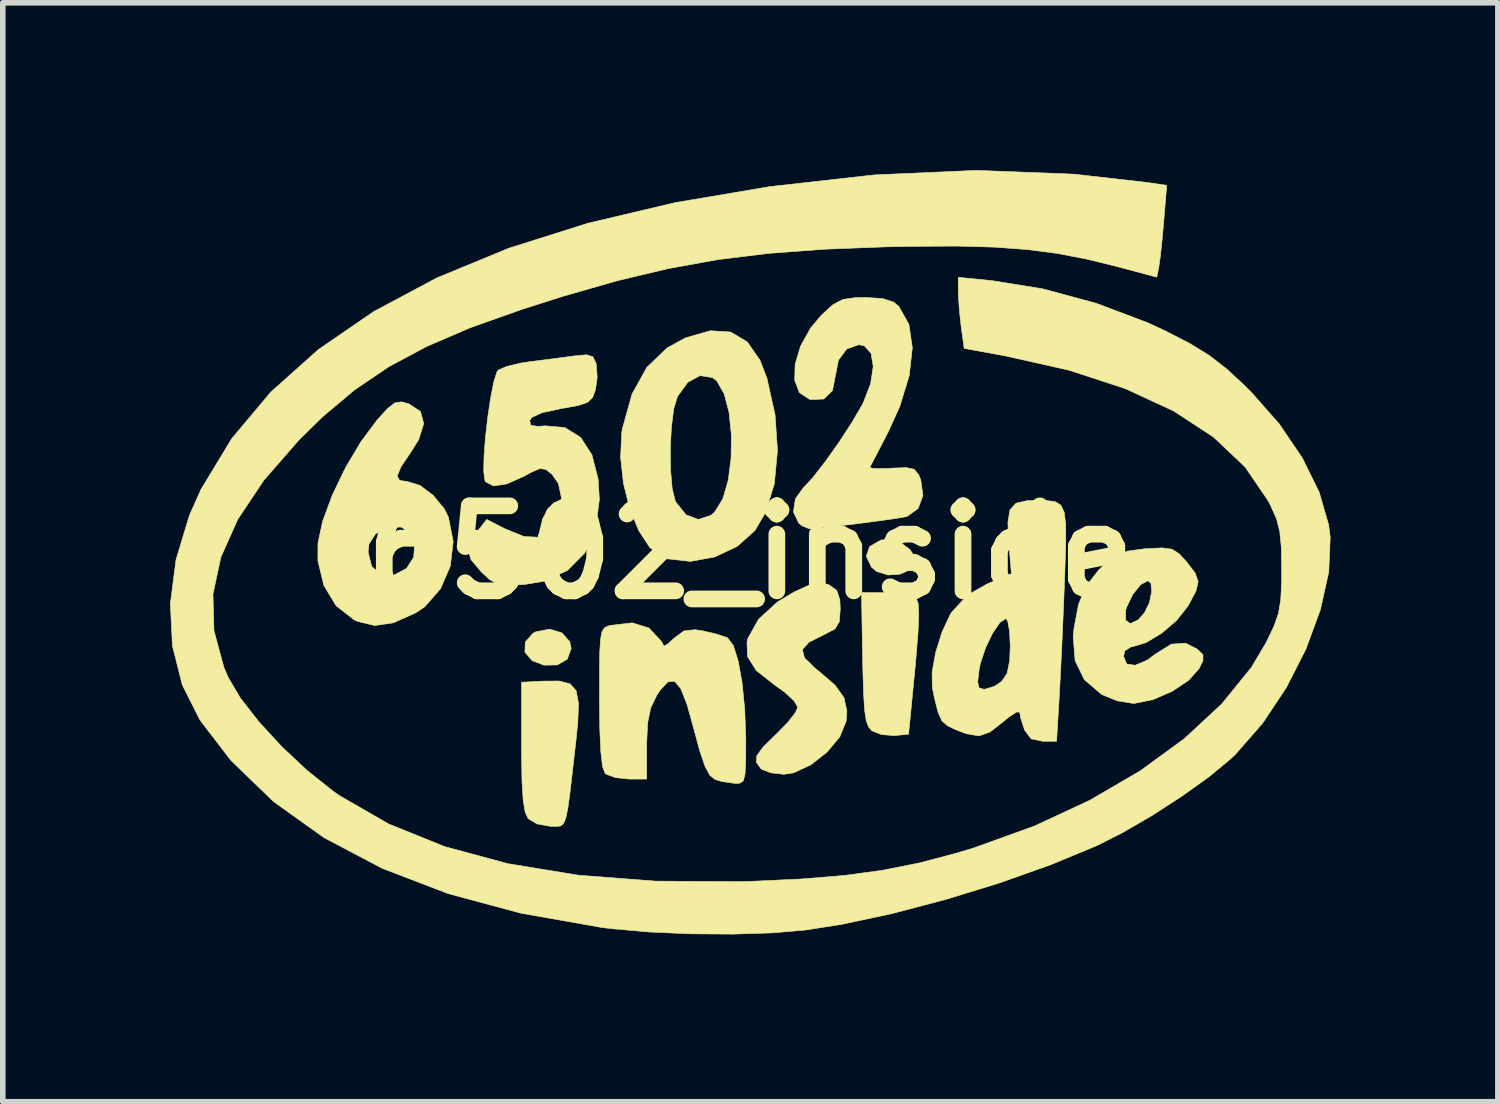
<source format=kicad_pcb>
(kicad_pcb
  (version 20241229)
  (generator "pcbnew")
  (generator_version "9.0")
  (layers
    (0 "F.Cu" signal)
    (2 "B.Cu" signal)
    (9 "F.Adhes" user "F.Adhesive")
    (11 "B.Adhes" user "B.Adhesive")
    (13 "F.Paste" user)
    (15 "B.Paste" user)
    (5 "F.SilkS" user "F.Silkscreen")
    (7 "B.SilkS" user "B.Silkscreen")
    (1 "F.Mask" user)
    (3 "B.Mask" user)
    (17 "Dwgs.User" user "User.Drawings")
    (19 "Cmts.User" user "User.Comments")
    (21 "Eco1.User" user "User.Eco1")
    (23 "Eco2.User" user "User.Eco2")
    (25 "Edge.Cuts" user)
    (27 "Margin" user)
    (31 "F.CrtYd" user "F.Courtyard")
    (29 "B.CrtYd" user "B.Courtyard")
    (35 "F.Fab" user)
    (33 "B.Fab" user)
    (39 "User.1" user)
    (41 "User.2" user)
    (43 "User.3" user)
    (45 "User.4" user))
  (footprint "6502_inside"
    (layer "F.Cu")
    (at 10.409 6.856)
    (property "Reference" "6502_inside" (at 0 0 0) (layer "F.SilkS") (effects (font (size 1.524 1.524) (thickness 0.3))))
    (attr through_hole)
    (fp_poly (pts (xy -3.38 1.444) (xy -3.241 1.604) (xy -3.217 1.725) (xy -3.286 1.914) (xy -3.464 2.018) (xy -3.704 2.022) (xy -3.916 1.941) (xy -4.046 1.789) (xy -4.039 1.606) (xy -3.901 1.45) (xy -3.852 1.424) (xy -3.6 1.376) (xy -3.38 1.444)) (stroke (width 0.01) (type solid)) (fill yes) (layer "F.SilkS"))
    (fp_poly (pts (xy 2.629 -0.22) (xy 2.854 -0.055) (xy 2.915 0.032) (xy 2.944 0.191) (xy 2.85 0.316) (xy 2.675 0.392) (xy 2.465 0.405) (xy 2.264 0.342) (xy 2.17 0.266) (xy 2.075 0.069) (xy 2.135 -0.105) (xy 2.337 -0.221) (xy 2.351 -0.225) (xy 2.629 -0.22)) (stroke (width 0.01) (type solid)) (fill yes) (layer "F.SilkS"))
    (fp_poly (pts (xy 2.434 0.723) (xy 2.703 0.742) (xy 2.907 0.786) (xy 2.97 0.82) (xy 3.006 0.916) (xy 3.017 1.123) (xy 3.002 1.457) (xy 2.963 1.936) (xy 2.949 2.086) (xy 2.834 3.26) (xy 2.581 3.285) (xy 2.347 3.267) (xy 2.18 3.2) (xy 2.119 3.134) (xy 2.076 3.023) (xy 2.047 2.837) (xy 2.028 2.55) (xy 2.015 2.133) (xy 2.01 1.905) (xy 1.99 0.72) (xy 2.434 0.723)) (stroke (width 0.01) (type solid)) (fill yes) (layer "F.SilkS"))
    (fp_poly (pts (xy -3.238 2.356) (xy -3.127 2.481) (xy -3.085 2.707) (xy -3.098 3.059) (xy -3.129 3.359) (xy -3.191 3.906) (xy -3.238 4.308) (xy -3.276 4.587) (xy -3.313 4.765) (xy -3.354 4.864) (xy -3.407 4.906) (xy -3.478 4.914) (xy -3.574 4.911) (xy -3.593 4.911) (xy -3.829 4.869) (xy -3.99 4.771) (xy -4.042 4.656) (xy -4.077 4.444) (xy -4.098 4.111) (xy -4.106 3.638) (xy -4.106 3.48) (xy -4.106 2.328) (xy -3.725 2.308) (xy -3.433 2.306) (xy -3.238 2.356)) (stroke (width 0.01) (type solid)) (fill yes) (layer "F.SilkS"))
    (fp_poly (pts (xy 1.388 0.574) (xy 1.41 0.583) (xy 1.545 0.681) (xy 1.601 0.847) (xy 1.609 1.013) (xy 1.592 1.242) (xy 1.515 1.371) (xy 1.336 1.466) (xy 1.333 1.467) (xy 1.05 1.609) (xy 0.929 1.742) (xy 0.967 1.891) (xy 1.159 2.079) (xy 1.221 2.127) (xy 1.514 2.379) (xy 1.676 2.606) (xy 1.728 2.848) (xy 1.714 3.028) (xy 1.601 3.306) (xy 1.373 3.58) (xy 1.08 3.81) (xy 0.771 3.953) (xy 0.598 3.979) (xy 0.364 3.953) (xy 0.199 3.889) (xy 0.186 3.878) (xy 0.105 3.764) (xy 0.113 3.646) (xy 0.225 3.49) (xy 0.456 3.264) (xy 0.466 3.255) (xy 0.668 3.049) (xy 0.807 2.869) (xy 0.847 2.774) (xy 0.78 2.661) (xy 0.607 2.502) (xy 0.423 2.37) (xy 0.105 2.12) (xy -0.054 1.87) (xy -0.064 1.603) (xy -0.046 1.537) (xy 0.145 1.197) (xy 0.483 0.888) (xy 0.783 0.709) (xy 1.054 0.585) (xy 1.238 0.544) (xy 1.388 0.574)) (stroke (width 0.01) (type solid)) (fill yes) (layer "F.SilkS"))
    (fp_poly (pts (xy -6.128 -2.664) (xy -5.919 -2.526) (xy -5.86 -2.311) (xy -5.95 -2.025) (xy -6.092 -1.797) (xy -6.27 -1.532) (xy -6.336 -1.371) (xy -6.294 -1.291) (xy -6.151 -1.27) (xy -5.926 -1.2) (xy -5.689 -1.021) (xy -5.491 -0.779) (xy -5.418 -0.633) (xy -5.332 -0.196) (xy -5.384 0.247) (xy -5.559 0.651) (xy -5.841 0.974) (xy -6 1.081) (xy -6.402 1.262) (xy -6.74 1.311) (xy -7.055 1.235) (xy -7.112 1.207) (xy -7.431 0.957) (xy -7.651 0.593) (xy -7.758 0.15) (xy -7.758 -0.007) (xy -6.858 -0.007) (xy -6.794 0.251) (xy -6.631 0.398) (xy -6.41 0.416) (xy -6.172 0.288) (xy -6.166 0.283) (xy -6.04 0.086) (xy -6.025 -0.134) (xy -6.104 -0.329) (xy -6.256 -0.453) (xy -6.464 -0.459) (xy -6.465 -0.458) (xy -6.723 -0.335) (xy -6.842 -0.152) (xy -6.858 -0.007) (xy -7.758 -0.007) (xy -7.757 -0.169) (xy -7.673 -0.56) (xy -7.5 -1.027) (xy -7.263 -1.52) (xy -6.985 -1.987) (xy -6.699 -2.37) (xy -6.508 -2.581) (xy -6.377 -2.683) (xy -6.257 -2.7) (xy -6.128 -2.664)) (stroke (width 0.01) (type solid)) (fill yes) (layer "F.SilkS"))
    (fp_poly (pts (xy -0.356 -3.952) (xy -0.059 -3.775) (xy 0.171 -3.444) (xy 0.294 -3.122) (xy 0.44 -2.465) (xy 0.483 -1.824) (xy 0.427 -1.233) (xy 0.273 -0.723) (xy 0.078 -0.392) (xy -0.239 -0.108) (xy -0.643 0.082) (xy -1.079 0.161) (xy -1.493 0.115) (xy -1.581 0.084) (xy -1.806 -0.088) (xy -2.005 -0.391) (xy -2.167 -0.787) (xy -2.279 -1.238) (xy -2.33 -1.706) (xy -2.323 -1.862) (xy -1.439 -1.862) (xy -1.434 -1.477) (xy -1.405 -1.145) (xy -1.349 -0.92) (xy -1.342 -0.905) (xy -1.156 -0.673) (xy -0.937 -0.591) (xy -0.713 -0.664) (xy -0.644 -0.723) (xy -0.498 -0.957) (xy -0.4 -1.294) (xy -0.349 -1.692) (xy -0.344 -2.11) (xy -0.385 -2.507) (xy -0.472 -2.841) (xy -0.603 -3.073) (xy -0.681 -3.135) (xy -0.906 -3.17) (xy -1.126 -3.05) (xy -1.311 -2.796) (xy -1.377 -2.576) (xy -1.419 -2.247) (xy -1.439 -1.862) (xy -2.323 -1.862) (xy -2.309 -2.153) (xy -2.297 -2.222) (xy -2.126 -2.838) (xy -1.861 -3.316) (xy -1.497 -3.667) (xy -1.166 -3.848) (xy -0.723 -3.975) (xy -0.356 -3.952)) (stroke (width 0.01) (type solid)) (fill yes) (layer "F.SilkS"))
    (fp_poly (pts (xy -1.824 1.355) (xy -1.602 1.59) (xy -1.552 1.679) (xy -1.491 1.647) (xy -1.362 1.531) (xy -1.358 1.528) (xy -1.195 1.408) (xy -0.999 1.386) (xy -0.865 1.405) (xy -0.618 1.462) (xy -0.427 1.526) (xy -0.411 1.533) (xy -0.31 1.668) (xy -0.222 1.944) (xy -0.152 2.335) (xy -0.104 2.811) (xy -0.085 3.346) (xy -0.085 3.415) (xy -0.087 3.768) (xy -0.1 3.984) (xy -0.131 4.097) (xy -0.191 4.138) (xy -0.275 4.143) (xy -0.514 4.108) (xy -0.635 4.072) (xy -0.728 3.999) (xy -0.816 3.837) (xy -0.91 3.561) (xy -1.016 3.168) (xy -1.139 2.726) (xy -1.251 2.443) (xy -1.361 2.311) (xy -1.479 2.32) (xy -1.615 2.462) (xy -1.684 2.567) (xy -1.79 2.788) (xy -1.845 3.055) (xy -1.863 3.425) (xy -1.863 3.46) (xy -1.863 4.064) (xy -2.184 4.064) (xy -2.421 4.039) (xy -2.591 3.976) (xy -2.608 3.962) (xy -2.654 3.84) (xy -2.685 3.573) (xy -2.704 3.153) (xy -2.709 2.609) (xy -2.709 2.126) (xy -2.704 1.785) (xy -2.69 1.561) (xy -2.665 1.426) (xy -2.623 1.355) (xy -2.56 1.322) (xy -2.509 1.308) (xy -2.121 1.263) (xy -1.824 1.355)) (stroke (width 0.01) (type solid)) (fill yes) (layer "F.SilkS"))
    (fp_poly (pts (xy 7.556 -0.058) (xy 7.685 0.023) (xy 7.817 0.167) (xy 7.97 0.366) (xy 8.027 0.52) (xy 7.989 0.691) (xy 7.857 0.938) (xy 7.84 0.967) (xy 7.641 1.219) (xy 7.372 1.45) (xy 7.088 1.62) (xy 6.841 1.693) (xy 6.825 1.693) (xy 6.712 1.764) (xy 6.689 1.863) (xy 6.745 2.001) (xy 6.895 2.024) (xy 7.11 1.934) (xy 7.266 1.82) (xy 7.547 1.645) (xy 7.801 1.628) (xy 8.006 1.731) (xy 8.113 1.832) (xy 8.113 1.941) (xy 8.043 2.084) (xy 7.854 2.296) (xy 7.558 2.492) (xy 7.216 2.64) (xy 6.891 2.706) (xy 6.858 2.707) (xy 6.577 2.662) (xy 6.302 2.55) (xy 6.291 2.543) (xy 5.986 2.282) (xy 5.821 1.944) (xy 5.786 1.512) (xy 5.8 1.364) (xy 5.828 1.216) (xy 6.725 1.216) (xy 6.811 1.276) (xy 6.95 1.211) (xy 7.065 1.082) (xy 7.154 0.897) (xy 7.194 0.7) (xy 7.18 0.552) (xy 7.125 0.508) (xy 6.994 0.579) (xy 6.853 0.755) (xy 6.746 0.979) (xy 6.728 1.037) (xy 6.725 1.216) (xy 5.828 1.216) (xy 5.881 0.933) (xy 6.018 0.606) (xy 6.241 0.318) (xy 6.342 0.217) (xy 6.54 0.062) (xy 6.76 -0.023) (xy 7.074 -0.066) (xy 7.097 -0.067) (xy 7.38 -0.081) (xy 7.556 -0.058)) (stroke (width 0.01) (type solid)) (fill yes) (layer "F.SilkS"))
    (fp_poly (pts (xy 2.367 -4.553) (xy 2.566 -4.488) (xy 2.661 -4.409) (xy 2.84 -4.089) (xy 2.901 -3.67) (xy 2.846 -3.171) (xy 2.675 -2.615) (xy 2.471 -2.165) (xy 2.323 -1.879) (xy 2.207 -1.656) (xy 2.144 -1.534) (xy 2.138 -1.524) (xy 2.201 -1.505) (xy 2.385 -1.503) (xy 2.539 -1.511) (xy 2.793 -1.521) (xy 2.933 -1.49) (xy 3.012 -1.398) (xy 3.052 -1.302) (xy 3.092 -1.021) (xy 3.005 -0.787) (xy 2.81 -0.648) (xy 2.776 -0.638) (xy 2.612 -0.61) (xy 2.335 -0.57) (xy 1.998 -0.526) (xy 1.649 -0.483) (xy 1.339 -0.448) (xy 1.12 -0.427) (xy 1.056 -0.423) (xy 0.922 -0.478) (xy 0.864 -0.525) (xy 0.769 -0.726) (xy 0.805 -0.962) (xy 0.941 -1.151) (xy 1.117 -1.342) (xy 1.344 -1.633) (xy 1.588 -1.977) (xy 1.816 -2.327) (xy 1.996 -2.636) (xy 2.022 -2.685) (xy 2.154 -3.027) (xy 2.2 -3.333) (xy 2.161 -3.57) (xy 2.04 -3.705) (xy 1.944 -3.725) (xy 1.726 -3.649) (xy 1.576 -3.448) (xy 1.524 -3.179) (xy 1.469 -2.902) (xy 1.314 -2.751) (xy 1.074 -2.74) (xy 1.061 -2.744) (xy 0.877 -2.864) (xy 0.792 -3.086) (xy 0.8 -3.375) (xy 0.897 -3.7) (xy 1.078 -4.025) (xy 1.268 -4.251) (xy 1.475 -4.441) (xy 1.653 -4.536) (xy 1.879 -4.569) (xy 2.051 -4.572) (xy 2.367 -4.553)) (stroke (width 0.01) (type solid)) (fill yes) (layer "F.SilkS"))
    (fp_poly (pts (xy 5.306 -0.93) (xy 5.462 -0.91) (xy 5.565 -0.848) (xy 5.625 -0.719) (xy 5.652 -0.501) (xy 5.653 -0.17) (xy 5.638 0.299) (xy 5.631 0.497) (xy 5.61 1.034) (xy 5.586 1.586) (xy 5.562 2.097) (xy 5.54 2.512) (xy 5.535 2.603) (xy 5.488 3.387) (xy 5.239 3.387) (xy 5.032 3.343) (xy 4.915 3.186) (xy 4.909 3.169) (xy 4.847 2.977) (xy 4.826 2.864) (xy 4.771 2.862) (xy 4.63 2.954) (xy 4.527 3.039) (xy 4.291 3.223) (xy 4.095 3.29) (xy 3.871 3.252) (xy 3.683 3.181) (xy 3.532 3.109) (xy 3.433 3.021) (xy 3.365 2.874) (xy 3.302 2.628) (xy 3.259 2.421) (xy 3.258 2.325) (xy 4.073 2.325) (xy 4.098 2.429) (xy 4.186 2.455) (xy 4.195 2.455) (xy 4.375 2.401) (xy 4.502 2.315) (xy 4.599 2.173) (xy 4.647 1.946) (xy 4.657 1.68) (xy 4.645 1.416) (xy 4.613 1.237) (xy 4.579 1.185) (xy 4.47 1.259) (xy 4.341 1.448) (xy 4.218 1.703) (xy 4.125 1.977) (xy 4.099 2.099) (xy 4.073 2.325) (xy 3.258 2.325) (xy 3.256 2.149) (xy 3.319 1.796) (xy 3.433 1.43) (xy 3.579 1.118) (xy 3.608 1.071) (xy 3.897 0.761) (xy 4.252 0.561) (xy 4.678 0.381) (xy 4.631 -0.179) (xy 4.615 -0.539) (xy 4.652 -0.764) (xy 4.761 -0.883) (xy 4.961 -0.928) (xy 5.09 -0.931) (xy 5.306 -0.93)) (stroke (width 0.01) (type solid)) (fill yes) (layer "F.SilkS"))
    (fp_poly (pts (xy -2.828 -3.509) (xy -2.773 -3.398) (xy -2.766 -3.37) (xy -2.75 -3.136) (xy -2.781 -2.917) (xy -2.831 -2.779) (xy -2.919 -2.693) (xy -3.088 -2.635) (xy -3.38 -2.582) (xy -3.391 -2.58) (xy -3.737 -2.506) (xy -3.923 -2.421) (xy -3.961 -2.364) (xy -3.941 -2.28) (xy -3.811 -2.259) (xy -3.685 -2.27) (xy -3.33 -2.239) (xy -3.047 -2.062) (xy -2.845 -1.751) (xy -2.733 -1.315) (xy -2.711 -0.955) (xy -2.778 -0.419) (xy -2.973 0.011) (xy -3.287 0.326) (xy -3.714 0.519) (xy -4.059 0.576) (xy -4.351 0.59) (xy -4.537 0.566) (xy -4.68 0.487) (xy -4.823 0.355) (xy -5.013 0.13) (xy -5.067 -0.056) (xy -4.988 -0.254) (xy -4.905 -0.369) (xy -4.731 -0.591) (xy -4.401 -0.422) (xy -4.066 -0.286) (xy -3.811 -0.272) (xy -3.602 -0.381) (xy -3.556 -0.423) (xy -3.421 -0.66) (xy -3.385 -0.954) (xy -3.446 -1.236) (xy -3.558 -1.399) (xy -3.673 -1.489) (xy -3.777 -1.504) (xy -3.932 -1.438) (xy -4.056 -1.369) (xy -4.371 -1.228) (xy -4.61 -1.192) (xy -4.75 -1.265) (xy -4.764 -1.293) (xy -4.785 -1.454) (xy -4.779 -1.728) (xy -4.753 -2.069) (xy -4.711 -2.434) (xy -4.659 -2.779) (xy -4.603 -3.062) (xy -4.547 -3.238) (xy -4.524 -3.27) (xy -4.372 -3.335) (xy -4.12 -3.395) (xy -3.957 -3.42) (xy -3.617 -3.463) (xy -3.279 -3.508) (xy -3.165 -3.523) (xy -2.94 -3.544) (xy -2.828 -3.509)) (stroke (width 0.01) (type solid)) (fill yes) (layer "F.SilkS"))
    (fp_poly (pts (xy 5.803 -6.783) (xy 7.097 -6.636) (xy 7.463 -6.583) (xy 7.41 -5.937) (xy 7.38 -5.6) (xy 7.349 -5.31) (xy 7.323 -5.126) (xy 7.321 -5.114) (xy 7.285 -4.936) (xy 6.572 -5.126) (xy 6.027 -5.26) (xy 5.502 -5.361) (xy 4.964 -5.431) (xy 4.378 -5.474) (xy 3.71 -5.493) (xy 2.927 -5.489) (xy 2.441 -5.48) (xy 1.326 -5.437) (xy 0.331 -5.363) (xy -0.59 -5.25) (xy -1.483 -5.088) (xy -2.396 -4.87) (xy -3.376 -4.589) (xy -4.109 -4.355) (xy -5.027 -4.029) (xy -5.809 -3.693) (xy -6.488 -3.329) (xy -7.097 -2.917) (xy -7.668 -2.438) (xy -8.095 -2.02) (xy -8.727 -1.295) (xy -9.194 -0.595) (xy -9.498 0.084) (xy -9.64 0.749) (xy -9.622 1.404) (xy -9.446 2.056) (xy -9.369 2.238) (xy -9.148 2.613) (xy -8.816 3.039) (xy -8.407 3.483) (xy -7.953 3.909) (xy -7.488 4.28) (xy -7.371 4.362) (xy -6.491 4.869) (xy -5.486 5.275) (xy -4.354 5.581) (xy -3.092 5.788) (xy -1.698 5.895) (xy -0.169 5.903) (xy 0.042 5.897) (xy 0.929 5.855) (xy 1.691 5.792) (xy 2.374 5.699) (xy 3.02 5.57) (xy 3.675 5.398) (xy 4.022 5.293) (xy 5.093 4.906) (xy 6.087 4.443) (xy 6.99 3.916) (xy 7.784 3.336) (xy 8.452 2.715) (xy 8.98 2.065) (xy 9.247 1.615) (xy 9.383 1.331) (xy 9.466 1.097) (xy 9.508 0.851) (xy 9.523 0.532) (xy 9.524 0.301) (xy 9.518 -0.091) (xy 9.491 -0.371) (xy 9.433 -0.598) (xy 9.331 -0.83) (xy 9.281 -0.927) (xy 8.87 -1.53) (xy 8.305 -2.066) (xy 7.589 -2.535) (xy 6.723 -2.936) (xy 5.711 -3.267) (xy 4.572 -3.523) (xy 3.831 -3.658) (xy 3.778 -4.042) (xy 3.745 -4.342) (xy 3.727 -4.618) (xy 3.725 -4.679) (xy 3.725 -4.933) (xy 4.333 -4.873) (xy 5.248 -4.725) (xy 6.2 -4.467) (xy 7.119 -4.12) (xy 7.43 -3.976) (xy 7.878 -3.746) (xy 8.229 -3.53) (xy 8.543 -3.286) (xy 8.884 -2.969) (xy 8.969 -2.884) (xy 9.482 -2.302) (xy 9.897 -1.69) (xy 10.198 -1.078) (xy 10.367 -0.494) (xy 10.395 -0.271) (xy 10.369 0.35) (xy 10.218 1.03) (xy 9.96 1.732) (xy 9.61 2.421) (xy 9.185 3.06) (xy 8.701 3.614) (xy 8.604 3.707) (xy 8.222 4.023) (xy 7.736 4.371) (xy 7.2 4.718) (xy 6.666 5.028) (xy 6.211 5.258) (xy 5.386 5.6) (xy 4.466 5.927) (xy 3.501 6.223) (xy 2.542 6.476) (xy 1.639 6.669) (xy 0.985 6.772) (xy 0.388 6.823) (xy -0.317 6.845) (xy -1.072 6.84) (xy -1.818 6.807) (xy -2.497 6.747) (xy -2.667 6.726) (xy -4.113 6.471) (xy -5.425 6.118) (xy -6.603 5.666) (xy -7.646 5.117) (xy -8.551 4.471) (xy -9.319 3.729) (xy -9.873 3.006) (xy -10.19 2.377) (xy -10.367 1.674) (xy -10.404 0.919) (xy -10.303 0.133) (xy -10.063 -0.663) (xy -9.854 -1.131) (xy -9.303 -2.041) (xy -8.602 -2.876) (xy -7.752 -3.636) (xy -6.756 -4.32) (xy -5.616 -4.927) (xy -4.334 -5.455) (xy -2.913 -5.904) (xy -1.354 -6.272) (xy 0.341 -6.559) (xy 2.168 -6.764) (xy 2.244 -6.771) (xy 4.046 -6.851) (xy 5.803 -6.783)) (stroke (width 0.01) (type solid)) (fill yes) (layer "F.SilkS")))
  (gr_rect
    (start -3 -3)
    (end 23.81 16.707)
    (stroke (width 0.1) (type default))
    (fill no)
    (layer "Edge.Cuts")))
</source>
